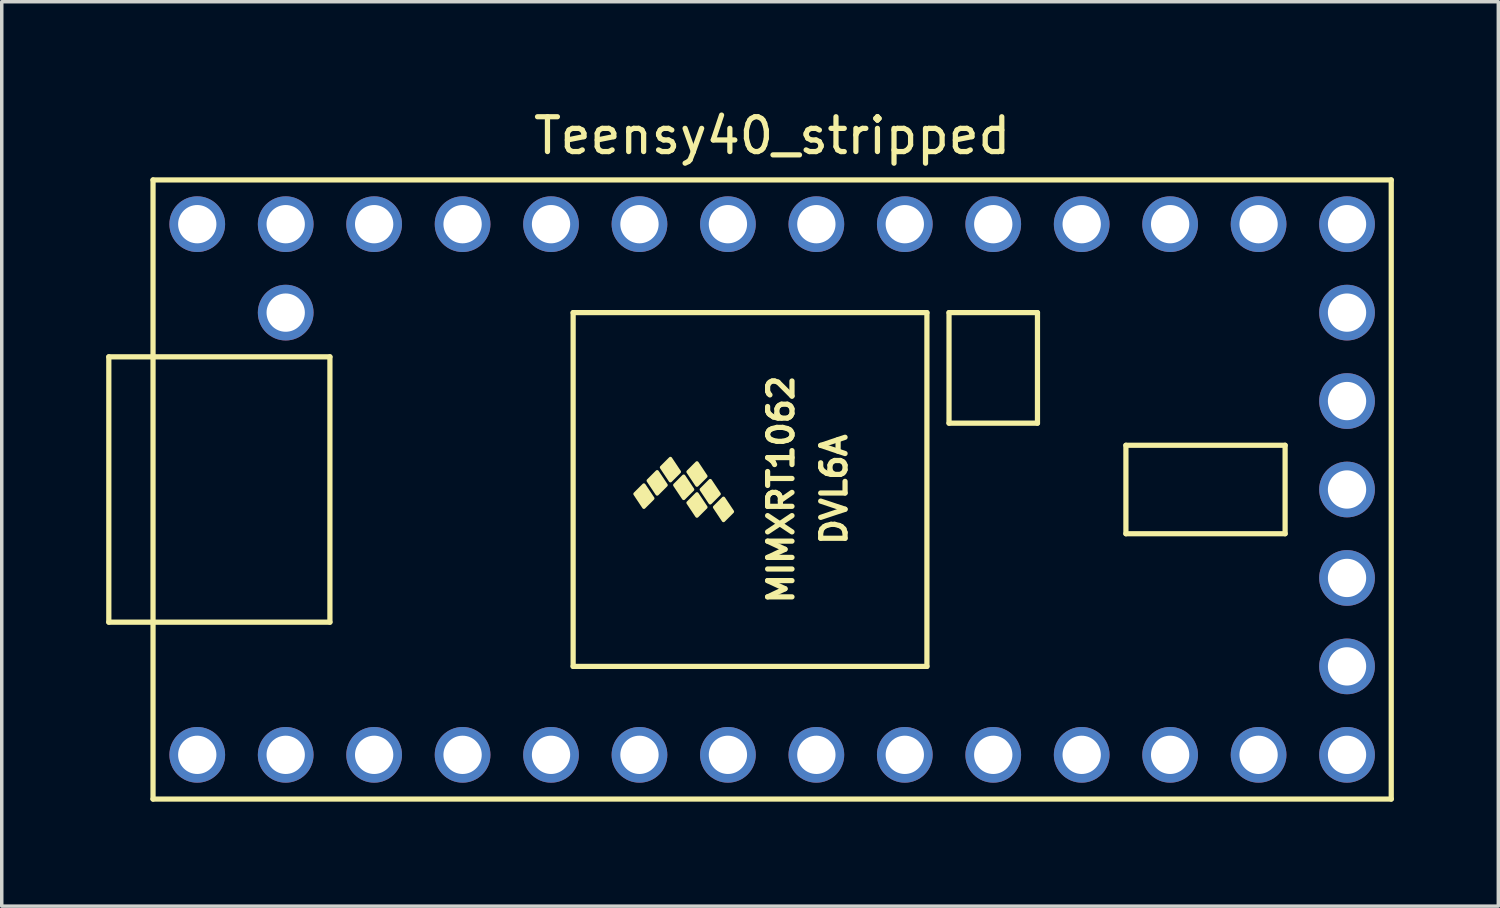
<source format=kicad_pcb>
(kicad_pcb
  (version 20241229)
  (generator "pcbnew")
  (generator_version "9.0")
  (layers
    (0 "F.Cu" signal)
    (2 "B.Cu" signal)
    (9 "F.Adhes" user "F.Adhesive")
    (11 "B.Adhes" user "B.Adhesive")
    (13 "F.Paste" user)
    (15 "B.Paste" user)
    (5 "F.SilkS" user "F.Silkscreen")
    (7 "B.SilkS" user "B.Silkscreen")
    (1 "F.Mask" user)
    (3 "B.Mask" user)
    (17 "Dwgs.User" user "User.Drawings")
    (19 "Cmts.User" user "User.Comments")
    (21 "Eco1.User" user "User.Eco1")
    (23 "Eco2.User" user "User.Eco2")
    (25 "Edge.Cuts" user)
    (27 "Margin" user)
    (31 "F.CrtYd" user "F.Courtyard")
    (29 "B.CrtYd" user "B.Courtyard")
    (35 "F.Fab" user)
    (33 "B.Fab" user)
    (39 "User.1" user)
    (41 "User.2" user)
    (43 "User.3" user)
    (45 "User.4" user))
  (footprint "Teensy40_stripped"
    (layer "F.Cu")
    (at 19.125 11.008)
    (property "Reference" "Teensy40_stripped" (at 0 -10.16 0) (layer "F.SilkS") (effects (font (size 1 1) (thickness 0.15))))
    (attr through_hole)
    (fp_line (start -19.05 -3.81) (end -17.78 -3.81) (stroke (width 0.15) (type solid)) (layer "F.SilkS"))
    (fp_line (start -19.05 3.81) (end -19.05 -3.81) (stroke (width 0.15) (type solid)) (layer "F.SilkS"))
    (fp_line (start -17.78 -8.89) (end 17.78 -8.89) (stroke (width 0.15) (type solid)) (layer "F.SilkS"))
    (fp_line (start -17.78 3.81) (end -19.05 3.81) (stroke (width 0.15) (type solid)) (layer "F.SilkS"))
    (fp_line (start -17.78 8.89) (end -17.78 -8.89) (stroke (width 0.15) (type solid)) (layer "F.SilkS"))
    (fp_line (start -12.7 -3.81) (end -17.78 -3.81) (stroke (width 0.15) (type solid)) (layer "F.SilkS"))
    (fp_line (start -12.7 3.81) (end -17.78 3.81) (stroke (width 0.15) (type solid)) (layer "F.SilkS"))
    (fp_line (start -12.7 3.81) (end -12.7 -3.81) (stroke (width 0.15) (type solid)) (layer "F.SilkS"))
    (fp_line (start -5.715 -5.08) (end -5.715 5.08) (stroke (width 0.15) (type solid)) (layer "F.SilkS"))
    (fp_line (start 4.445 -5.08) (end -5.715 -5.08) (stroke (width 0.15) (type solid)) (layer "F.SilkS"))
    (fp_line (start 4.445 5.08) (end -5.715 5.08) (stroke (width 0.15) (type solid)) (layer "F.SilkS"))
    (fp_line (start 4.445 5.08) (end 4.445 -5.08) (stroke (width 0.15) (type solid)) (layer "F.SilkS"))
    (fp_line (start 5.08 -5.08) (end 7.62 -5.08) (stroke (width 0.15) (type solid)) (layer "F.SilkS"))
    (fp_line (start 5.08 -1.905) (end 5.08 -5.08) (stroke (width 0.15) (type solid)) (layer "F.SilkS"))
    (fp_line (start 7.62 -5.08) (end 7.62 -1.905) (stroke (width 0.15) (type solid)) (layer "F.SilkS"))
    (fp_line (start 7.62 -1.905) (end 5.08 -1.905) (stroke (width 0.15) (type solid)) (layer "F.SilkS"))
    (fp_line (start 10.16 -1.27) (end 14.732 -1.27) (stroke (width 0.15) (type solid)) (layer "F.SilkS"))
    (fp_line (start 10.16 1.27) (end 10.16 -1.27) (stroke (width 0.15) (type solid)) (layer "F.SilkS"))
    (fp_line (start 14.732 -1.27) (end 14.732 1.27) (stroke (width 0.15) (type solid)) (layer "F.SilkS"))
    (fp_line (start 14.732 1.27) (end 10.16 1.27) (stroke (width 0.15) (type solid)) (layer "F.SilkS"))
    (fp_line (start 17.78 -8.89) (end 17.78 8.89) (stroke (width 0.15) (type solid)) (layer "F.SilkS"))
    (fp_line (start 17.78 8.89) (end -17.78 8.89) (stroke (width 0.15) (type solid)) (layer "F.SilkS"))
    (fp_poly (pts (xy -3.937 0.127) (xy -3.683 -0.127) (xy -3.429 0.254) (xy -3.683 0.508)) (stroke (width 0.1) (type solid)) (fill yes) (layer "F.SilkS"))
    (fp_poly (pts (xy -3.556 -0.254) (xy -3.302 -0.508) (xy -3.048 -0.127) (xy -3.302 0.127)) (stroke (width 0.1) (type solid)) (fill yes) (layer "F.SilkS"))
    (fp_poly (pts (xy -3.175 -0.635) (xy -2.921 -0.889) (xy -2.667 -0.508) (xy -2.921 -0.254)) (stroke (width 0.1) (type solid)) (fill yes) (layer "F.SilkS"))
    (fp_poly (pts (xy -2.794 -0.127) (xy -2.54 -0.381) (xy -2.286 0) (xy -2.54 0.254)) (stroke (width 0.1) (type solid)) (fill yes) (layer "F.SilkS"))
    (fp_poly (pts (xy -2.413 -0.508) (xy -2.159 -0.762) (xy -1.905 -0.381) (xy -2.159 -0.127)) (stroke (width 0.1) (type solid)) (fill yes) (layer "F.SilkS"))
    (fp_poly (pts (xy -2.413 0.381) (xy -2.159 0.127) (xy -1.905 0.508) (xy -2.159 0.762)) (stroke (width 0.1) (type solid)) (fill yes) (layer "F.SilkS"))
    (fp_poly (pts (xy -2.032 0) (xy -1.778 -0.254) (xy -1.524 0.127) (xy -1.778 0.381)) (stroke (width 0.1) (type solid)) (fill yes) (layer "F.SilkS"))
    (fp_poly (pts (xy -1.651 0.508) (xy -1.397 0.254) (xy -1.143 0.635) (xy -1.397 0.889)) (stroke (width 0.1) (type solid)) (fill yes) (layer "F.SilkS"))
    (fp_text user "MIMXRT1062" (at 0.254 0 90) (layer "F.SilkS") (effects (font (size 0.7 0.7) (thickness 0.15))))
    (fp_text user "DVL6A" (at 1.778 0 90) (layer "F.SilkS") (effects (font (size 0.7 0.7) (thickness 0.15))))
    (pad "1" thru_hole circle (at -16.51 7.62) (size 1.6 1.6) (drill 1.1) (layers "*.Cu" "*.Mask"))
    (pad "2" thru_hole circle (at -13.97 7.62) (size 1.6 1.6) (drill 1.1) (layers "*.Cu" "*.Mask"))
    (pad "3" thru_hole circle (at -11.43 7.62) (size 1.6 1.6) (drill 1.1) (layers "*.Cu" "*.Mask"))
    (pad "4" thru_hole circle (at -8.89 7.62) (size 1.6 1.6) (drill 1.1) (layers "*.Cu" "*.Mask"))
    (pad "5" thru_hole circle (at -6.35 7.62) (size 1.6 1.6) (drill 1.1) (layers "*.Cu" "*.Mask"))
    (pad "6" thru_hole circle (at -3.81 7.62) (size 1.6 1.6) (drill 1.1) (layers "*.Cu" "*.Mask"))
    (pad "7" thru_hole circle (at -1.27 7.62) (size 1.6 1.6) (drill 1.1) (layers "*.Cu" "*.Mask"))
    (pad "8" thru_hole circle (at 1.27 7.62) (size 1.6 1.6) (drill 1.1) (layers "*.Cu" "*.Mask"))
    (pad "9" thru_hole circle (at 3.81 7.62) (size 1.6 1.6) (drill 1.1) (layers "*.Cu" "*.Mask"))
    (pad "10" thru_hole circle (at 6.35 7.62) (size 1.6 1.6) (drill 1.1) (layers "*.Cu" "*.Mask"))
    (pad "11" thru_hole circle (at 8.89 7.62) (size 1.6 1.6) (drill 1.1) (layers "*.Cu" "*.Mask"))
    (pad "12" thru_hole circle (at 11.43 7.62) (size 1.6 1.6) (drill 1.1) (layers "*.Cu" "*.Mask"))
    (pad "13" thru_hole circle (at 13.97 7.62) (size 1.6 1.6) (drill 1.1) (layers "*.Cu" "*.Mask"))
    (pad "14" thru_hole circle (at 16.51 7.62) (size 1.6 1.6) (drill 1.1) (layers "*.Cu" "*.Mask"))
    (pad "15" thru_hole circle (at 16.51 5.08) (size 1.6 1.6) (drill 1.1) (layers "*.Cu" "*.Mask"))
    (pad "16" thru_hole circle (at 16.51 2.54) (size 1.6 1.6) (drill 1.1) (layers "*.Cu" "*.Mask"))
    (pad "17" thru_hole circle (at 16.51 0) (size 1.6 1.6) (drill 1.1) (layers "*.Cu" "*.Mask"))
    (pad "18" thru_hole circle (at 16.51 -2.54) (size 1.6 1.6) (drill 1.1) (layers "*.Cu" "*.Mask"))
    (pad "19" thru_hole circle (at 16.51 -5.08) (size 1.6 1.6) (drill 1.1) (layers "*.Cu" "*.Mask"))
    (pad "20" thru_hole circle (at 16.51 -7.62) (size 1.6 1.6) (drill 1.1) (layers "*.Cu" "*.Mask"))
    (pad "21" thru_hole circle (at 13.97 -7.62) (size 1.6 1.6) (drill 1.1) (layers "*.Cu" "*.Mask"))
    (pad "22" thru_hole circle (at 11.43 -7.62) (size 1.6 1.6) (drill 1.1) (layers "*.Cu" "*.Mask"))
    (pad "23" thru_hole circle (at 8.89 -7.62) (size 1.6 1.6) (drill 1.1) (layers "*.Cu" "*.Mask"))
    (pad "24" thru_hole circle (at 6.35 -7.62) (size 1.6 1.6) (drill 1.1) (layers "*.Cu" "*.Mask"))
    (pad "25" thru_hole circle (at 3.81 -7.62) (size 1.6 1.6) (drill 1.1) (layers "*.Cu" "*.Mask"))
    (pad "26" thru_hole circle (at 1.27 -7.62) (size 1.6 1.6) (drill 1.1) (layers "*.Cu" "*.Mask"))
    (pad "27" thru_hole circle (at -1.27 -7.62) (size 1.6 1.6) (drill 1.1) (layers "*.Cu" "*.Mask"))
    (pad "28" thru_hole circle (at -3.81 -7.62) (size 1.6 1.6) (drill 1.1) (layers "*.Cu" "*.Mask"))
    (pad "29" thru_hole circle (at -6.35 -7.62) (size 1.6 1.6) (drill 1.1) (layers "*.Cu" "*.Mask"))
    (pad "30" thru_hole circle (at -8.89 -7.62) (size 1.6 1.6) (drill 1.1) (layers "*.Cu" "*.Mask"))
    (pad "31" thru_hole circle (at -11.43 -7.62) (size 1.6 1.6) (drill 1.1) (layers "*.Cu" "*.Mask"))
    (pad "32" thru_hole circle (at -13.97 -7.62) (size 1.6 1.6) (drill 1.1) (layers "*.Cu" "*.Mask"))
    (pad "33" thru_hole circle (at -16.51 -7.62) (size 1.6 1.6) (drill 1.1) (layers "*.Cu" "*.Mask"))
    (pad "34" thru_hole circle (at -13.97 -5.08) (size 1.6 1.6) (drill 1.1) (layers "*.Cu" "*.Mask")))
  (gr_rect
    (start -3 -3)
    (end 39.98 22.973)
    (stroke (width 0.1) (type default))
    (fill no)
    (layer "Edge.Cuts")))
</source>
